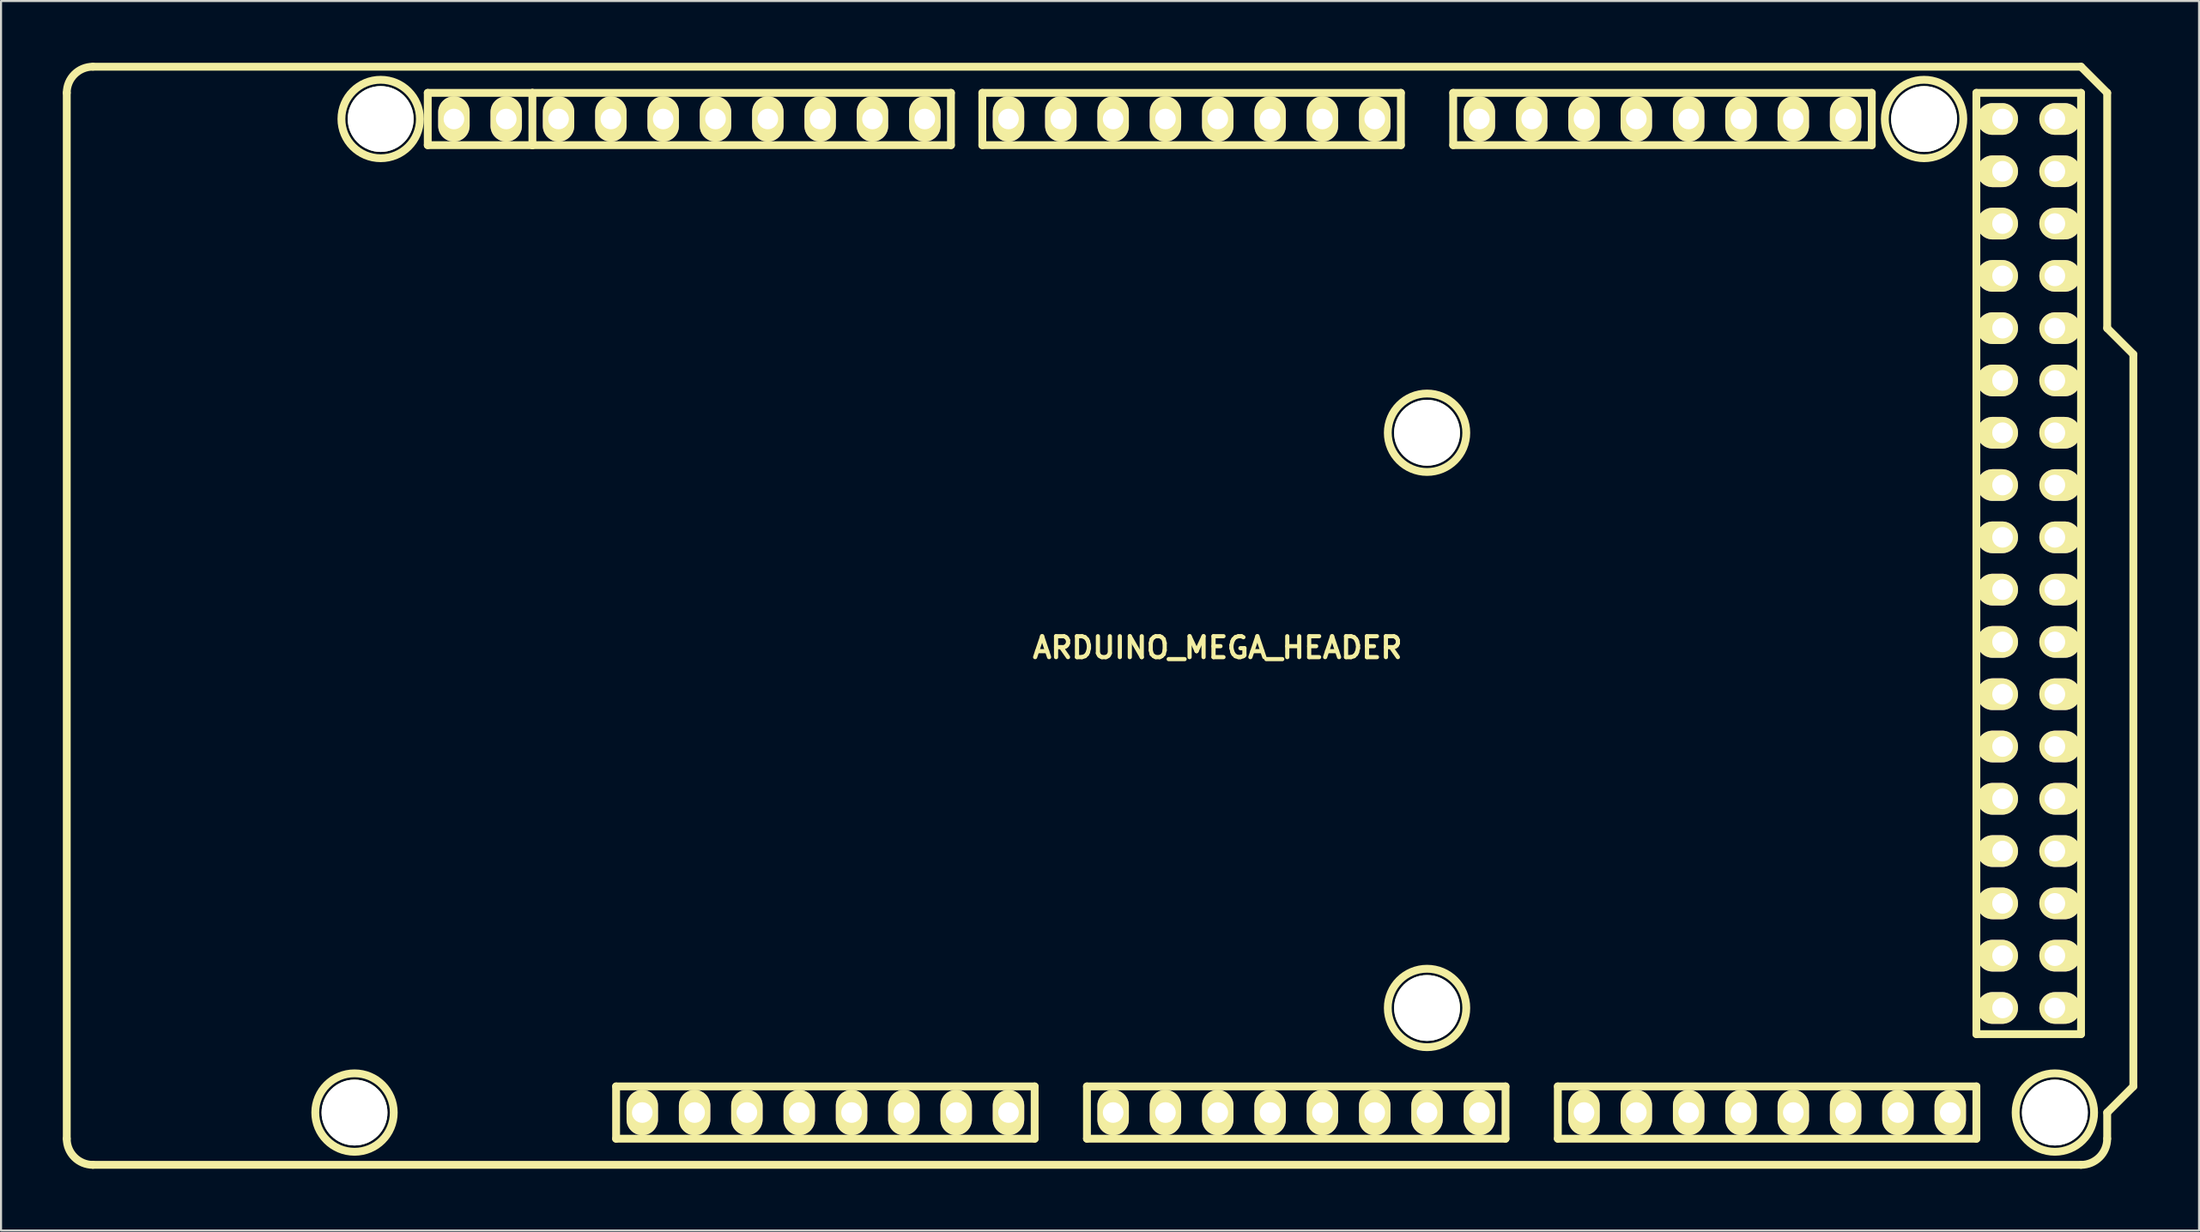
<source format=kicad_pcb>
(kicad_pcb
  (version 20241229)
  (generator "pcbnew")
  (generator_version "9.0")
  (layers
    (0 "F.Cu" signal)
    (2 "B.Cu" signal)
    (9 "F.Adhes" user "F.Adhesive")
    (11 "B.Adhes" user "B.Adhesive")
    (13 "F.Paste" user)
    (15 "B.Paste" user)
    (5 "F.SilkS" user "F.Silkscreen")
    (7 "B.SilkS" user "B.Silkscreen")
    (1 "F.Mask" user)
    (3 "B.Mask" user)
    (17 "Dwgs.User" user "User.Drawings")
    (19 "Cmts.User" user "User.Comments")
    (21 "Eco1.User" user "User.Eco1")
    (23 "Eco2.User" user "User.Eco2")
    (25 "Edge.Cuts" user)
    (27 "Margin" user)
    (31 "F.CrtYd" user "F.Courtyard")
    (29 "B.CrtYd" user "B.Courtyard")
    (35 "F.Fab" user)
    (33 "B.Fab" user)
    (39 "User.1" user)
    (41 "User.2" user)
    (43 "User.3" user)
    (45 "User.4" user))
  (footprint "ARDUINO_MEGA_HEADER"
    (layer "F.Cu")
    (at 49.721 26.86)
    (property "Reference" "ARDUINO_MEGA_HEADER" (at 6.337 1.549 180) (layer "F.SilkS") (effects (font (size 1.016 1.016) (thickness 0.203))))
    (attr through_hole)
    (fp_line (start -49.53 25.4) (end -49.53 -25.4) (stroke (width 0.381) (type solid)) (layer "F.SilkS"))
    (fp_line (start -48.26 -26.67) (end 48.26 -26.67) (stroke (width 0.381) (type solid)) (layer "F.SilkS"))
    (fp_line (start -48.26 26.67) (end 48.26 26.67) (stroke (width 0.381) (type solid)) (layer "F.SilkS"))
    (fp_line (start -32.004 -25.4) (end -32.004 -22.86) (stroke (width 0.381) (type solid)) (layer "F.SilkS"))
    (fp_line (start -32.004 -22.86) (end -26.924 -22.86) (stroke (width 0.381) (type solid)) (layer "F.SilkS"))
    (fp_line (start -26.924 -25.4) (end -32.004 -25.4) (stroke (width 0.381) (type solid)) (layer "F.SilkS"))
    (fp_line (start -26.924 -22.86) (end -26.924 -25.4) (stroke (width 0.381) (type solid)) (layer "F.SilkS"))
    (fp_line (start -22.86 25.4) (end -22.86 22.86) (stroke (width 0.381) (type solid)) (layer "F.SilkS"))
    (fp_line (start -22.86 25.4) (end -2.54 25.4) (stroke (width 0.381) (type solid)) (layer "F.SilkS"))
    (fp_line (start -6.604 -25.4) (end -26.924 -25.4) (stroke (width 0.381) (type solid)) (layer "F.SilkS"))
    (fp_line (start -6.604 -22.86) (end -26.924 -22.86) (stroke (width 0.381) (type solid)) (layer "F.SilkS"))
    (fp_line (start -6.604 -22.86) (end -6.604 -25.4) (stroke (width 0.381) (type solid)) (layer "F.SilkS"))
    (fp_line (start -5.08 -25.4) (end 15.24 -25.4) (stroke (width 0.381) (type solid)) (layer "F.SilkS"))
    (fp_line (start -5.08 -22.86) (end -5.08 -25.4) (stroke (width 0.381) (type solid)) (layer "F.SilkS"))
    (fp_line (start -2.54 22.86) (end -22.86 22.86) (stroke (width 0.381) (type solid)) (layer "F.SilkS"))
    (fp_line (start -2.54 22.86) (end -2.54 25.4) (stroke (width 0.381) (type solid)) (layer "F.SilkS"))
    (fp_line (start 0 22.86) (end 0 25.4) (stroke (width 0.381) (type solid)) (layer "F.SilkS"))
    (fp_line (start 0 25.4) (end 20.32 25.4) (stroke (width 0.381) (type solid)) (layer "F.SilkS"))
    (fp_line (start 15.24 -25.4) (end 15.24 -22.86) (stroke (width 0.381) (type solid)) (layer "F.SilkS"))
    (fp_line (start 15.24 -22.86) (end -5.08 -22.86) (stroke (width 0.381) (type solid)) (layer "F.SilkS"))
    (fp_line (start 17.78 -25.4) (end 17.78 -22.86) (stroke (width 0.381) (type solid)) (layer "F.SilkS"))
    (fp_line (start 17.78 -22.86) (end 38.1 -22.86) (stroke (width 0.381) (type solid)) (layer "F.SilkS"))
    (fp_line (start 20.32 22.86) (end 0 22.86) (stroke (width 0.381) (type solid)) (layer "F.SilkS"))
    (fp_line (start 20.32 25.4) (end 20.32 22.86) (stroke (width 0.381) (type solid)) (layer "F.SilkS"))
    (fp_line (start 22.86 22.86) (end 43.18 22.86) (stroke (width 0.381) (type solid)) (layer "F.SilkS"))
    (fp_line (start 22.86 25.4) (end 22.86 22.86) (stroke (width 0.381) (type solid)) (layer "F.SilkS"))
    (fp_line (start 38.1 -25.4) (end 17.78 -25.4) (stroke (width 0.381) (type solid)) (layer "F.SilkS"))
    (fp_line (start 38.1 -22.86) (end 38.1 -25.4) (stroke (width 0.381) (type solid)) (layer "F.SilkS"))
    (fp_line (start 43.18 -25.4) (end 43.18 20.32) (stroke (width 0.381) (type solid)) (layer "F.SilkS"))
    (fp_line (start 43.18 20.32) (end 48.26 20.32) (stroke (width 0.381) (type solid)) (layer "F.SilkS"))
    (fp_line (start 43.18 22.86) (end 43.18 25.4) (stroke (width 0.381) (type solid)) (layer "F.SilkS"))
    (fp_line (start 43.18 25.4) (end 22.86 25.4) (stroke (width 0.381) (type solid)) (layer "F.SilkS"))
    (fp_line (start 48.26 -26.67) (end 49.53 -25.4) (stroke (width 0.381) (type solid)) (layer "F.SilkS"))
    (fp_line (start 48.26 -25.4) (end 43.18 -25.4) (stroke (width 0.381) (type solid)) (layer "F.SilkS"))
    (fp_line (start 48.26 20.32) (end 48.26 -25.4) (stroke (width 0.381) (type solid)) (layer "F.SilkS"))
    (fp_line (start 49.53 -25.4) (end 49.53 -13.97) (stroke (width 0.381) (type solid)) (layer "F.SilkS"))
    (fp_line (start 49.53 -13.97) (end 50.8 -12.7) (stroke (width 0.381) (type solid)) (layer "F.SilkS"))
    (fp_line (start 49.53 24.13) (end 49.53 25.4) (stroke (width 0.381) (type solid)) (layer "F.SilkS"))
    (fp_line (start 50.8 -12.7) (end 50.8 22.86) (stroke (width 0.381) (type solid)) (layer "F.SilkS"))
    (fp_line (start 50.8 22.86) (end 49.53 24.13) (stroke (width 0.381) (type solid)) (layer "F.SilkS"))
    (fp_arc (start -49.53 -25.4) (mid -49.158026 -26.298026) (end -48.26 -26.67) (stroke (width 0.381) (type solid)) (layer "F.SilkS"))
    (fp_arc (start -48.26 26.67) (mid -49.158026 26.298026) (end -49.53 25.4) (stroke (width 0.381) (type solid)) (layer "F.SilkS"))
    (fp_arc (start 49.53 25.4) (mid 49.158026 26.298026) (end 48.26 26.67) (stroke (width 0.381) (type solid)) (layer "F.SilkS"))
    (fp_circle (center -35.56 24.13) (end -33.655 24.13) (stroke (width 0.381) (type solid)) (fill no) (layer "F.SilkS"))
    (fp_circle (center -34.29 -24.13) (end -32.385 -24.13) (stroke (width 0.381) (type solid)) (fill no) (layer "F.SilkS"))
    (fp_circle (center 16.51 -8.89) (end 18.415 -8.89) (stroke (width 0.381) (type solid)) (fill no) (layer "F.SilkS"))
    (fp_circle (center 16.51 19.05) (end 18.415 19.05) (stroke (width 0.381) (type solid)) (fill no) (layer "F.SilkS"))
    (fp_circle (center 40.64 -24.13) (end 42.545 -24.13) (stroke (width 0.381) (type solid)) (fill no) (layer "F.SilkS"))
    (fp_circle (center 46.99 24.13) (end 48.895 24.13) (stroke (width 0.381) (type solid)) (fill no) (layer "F.SilkS"))
    (pad "" np_thru_hole circle (at -35.56 24.13) (size 3.198 3.198) (drill 3.198) (layers "*.Cu" "*.Mask" "F.SilkS"))
    (pad "" np_thru_hole circle (at -34.29 -24.13) (size 3.198 3.198) (drill 3.198) (layers "*.Cu" "*.Mask" "F.SilkS"))
    (pad "" np_thru_hole circle (at 16.51 -8.89) (size 3.198 3.198) (drill 3.198) (layers "*.Cu" "*.Mask" "F.SilkS"))
    (pad "" np_thru_hole circle (at 16.51 19.05) (size 3.198 3.198) (drill 3.198) (layers "*.Cu" "*.Mask" "F.SilkS"))
    (pad "" np_thru_hole circle (at 40.64 -24.13) (size 3.198 3.198) (drill 3.198) (layers "*.Cu" "*.Mask" "F.SilkS"))
    (pad "" np_thru_hole circle (at 46.99 24.13) (size 3.198 3.198) (drill 3.198) (layers "*.Cu" "*.Mask" "F.SilkS"))
    (pad "1" thru_hole oval (at -21.59 24.13) (size 1.524 2.2) (drill 1.001) (layers "*.Cu" "*.Mask" "F.SilkS"))
    (pad "2" thru_hole oval (at -19.05 24.13) (size 1.524 2.2) (drill 1.001) (layers "*.Cu" "*.Mask" "F.SilkS"))
    (pad "3" thru_hole oval (at -16.51 24.13) (size 1.524 2.2) (drill 1.001) (layers "*.Cu" "*.Mask" "F.SilkS"))
    (pad "4" thru_hole oval (at -13.97 24.13) (size 1.524 2.2) (drill 1.001) (layers "*.Cu" "*.Mask" "F.SilkS"))
    (pad "5" thru_hole oval (at -11.43 24.13) (size 1.524 2.2) (drill 1.001) (layers "*.Cu" "*.Mask" "F.SilkS"))
    (pad "6" thru_hole oval (at -8.89 24.13) (size 1.524 2.2) (drill 1.001) (layers "*.Cu" "*.Mask" "F.SilkS"))
    (pad "7" thru_hole oval (at -6.35 24.13) (size 1.524 2.2) (drill 1.001) (layers "*.Cu" "*.Mask" "F.SilkS"))
    (pad "8" thru_hole oval (at -3.81 24.13) (size 1.524 2.2) (drill 1.001) (layers "*.Cu" "*.Mask" "F.SilkS"))
    (pad "9" thru_hole oval (at 1.27 24.13) (size 1.524 2.2) (drill 1.001) (layers "*.Cu" "*.Mask" "F.SilkS"))
    (pad "10" thru_hole oval (at 3.81 24.13) (size 1.524 2.2) (drill 1.001) (layers "*.Cu" "*.Mask" "F.SilkS"))
    (pad "11" thru_hole oval (at 6.35 24.13) (size 1.524 2.2) (drill 1.001) (layers "*.Cu" "*.Mask" "F.SilkS"))
    (pad "12" thru_hole oval (at 8.89 24.13) (size 1.524 2.2) (drill 1.001) (layers "*.Cu" "*.Mask" "F.SilkS"))
    (pad "13" thru_hole oval (at 11.43 24.13) (size 1.524 2.2) (drill 1.001) (layers "*.Cu" "*.Mask" "F.SilkS"))
    (pad "14" thru_hole oval (at 13.97 24.13) (size 1.524 2.2) (drill 1.001) (layers "*.Cu" "*.Mask" "F.SilkS"))
    (pad "15" thru_hole oval (at 16.51 24.13) (size 1.524 2.2) (drill 1.001) (layers "*.Cu" "*.Mask" "F.SilkS"))
    (pad "16" thru_hole oval (at 19.05 24.13) (size 1.524 2.2) (drill 1.001) (layers "*.Cu" "*.Mask" "F.SilkS"))
    (pad "17" thru_hole oval (at 24.13 24.13) (size 1.524 2.2) (drill 1.001) (layers "*.Cu" "*.Mask" "F.SilkS"))
    (pad "18" thru_hole oval (at 26.67 24.13) (size 1.524 2.2) (drill 1.001) (layers "*.Cu" "*.Mask" "F.SilkS"))
    (pad "19" thru_hole oval (at 29.21 24.13) (size 1.524 2.2) (drill 1.001) (layers "*.Cu" "*.Mask" "F.SilkS"))
    (pad "20" thru_hole oval (at 31.75 24.13) (size 1.524 2.197) (drill 1.001) (layers "*.Cu" "*.Mask" "F.SilkS"))
    (pad "21" thru_hole oval (at 34.29 24.13) (size 1.524 2.197) (drill 1.001) (layers "*.Cu" "*.Mask" "F.SilkS"))
    (pad "22" thru_hole oval (at 36.83 24.13) (size 1.524 2.197) (drill 1.001) (layers "*.Cu" "*.Mask" "F.SilkS"))
    (pad "23" thru_hole oval (at 39.37 24.13) (size 1.524 2.197) (drill 1.001) (layers "*.Cu" "*.Mask" "F.SilkS"))
    (pad "24" thru_hole oval (at 41.91 24.13) (size 1.524 2.197) (drill 1.001) (layers "*.Cu" "*.Mask" "F.SilkS"))
    (pad "25" thru_hole oval (at 44.45 19.05) (size 1.999 1.539) (drill 1.001 (offset -0.249 0)) (layers "*.Cu" "*.Mask" "F.SilkS"))
    (pad "26" thru_hole oval (at 44.45 16.51) (size 1.999 1.539) (drill 1.001 (offset -0.249 0)) (layers "*.Cu" "*.Mask" "F.SilkS"))
    (pad "27" thru_hole oval (at 44.45 13.97) (size 1.999 1.539) (drill 1.001 (offset -0.249 0)) (layers "*.Cu" "*.Mask" "F.SilkS"))
    (pad "28" thru_hole oval (at 44.45 11.43) (size 1.999 1.539) (drill 1.001 (offset -0.249 0)) (layers "*.Cu" "*.Mask" "F.SilkS"))
    (pad "29" thru_hole oval (at 44.45 8.89) (size 1.999 1.539) (drill 1.001 (offset -0.249 0)) (layers "*.Cu" "*.Mask" "F.SilkS"))
    (pad "30" thru_hole oval (at 44.45 6.35) (size 1.999 1.539) (drill 1.001 (offset -0.249 0)) (layers "*.Cu" "*.Mask" "F.SilkS"))
    (pad "31" thru_hole oval (at 44.45 3.81) (size 1.999 1.539) (drill 1.001 (offset -0.249 0)) (layers "*.Cu" "*.Mask" "F.SilkS"))
    (pad "32" thru_hole oval (at 44.45 1.27) (size 1.999 1.539) (drill 1.001 (offset -0.249 0)) (layers "*.Cu" "*.Mask" "F.SilkS"))
    (pad "33" thru_hole oval (at 44.45 -1.27) (size 1.999 1.539) (drill 1.001 (offset -0.249 0)) (layers "*.Cu" "*.Mask" "F.SilkS"))
    (pad "34" thru_hole oval (at 44.45 -3.81) (size 1.999 1.539) (drill 1.001 (offset -0.249 0)) (layers "*.Cu" "*.Mask" "F.SilkS"))
    (pad "35" thru_hole oval (at 44.45 -6.35) (size 1.999 1.539) (drill 1.001 (offset -0.249 0)) (layers "*.Cu" "*.Mask" "F.SilkS"))
    (pad "36" thru_hole oval (at 44.45 -8.89) (size 1.999 1.539) (drill 1.001 (offset -0.249 0)) (layers "*.Cu" "*.Mask" "F.SilkS"))
    (pad "37" thru_hole oval (at 44.45 -11.43) (size 1.999 1.539) (drill 1.001 (offset -0.249 0)) (layers "*.Cu" "*.Mask" "F.SilkS"))
    (pad "38" thru_hole oval (at 44.45 -13.97) (size 1.999 1.539) (drill 1.001 (offset -0.249 0)) (layers "*.Cu" "*.Mask" "F.SilkS"))
    (pad "39" thru_hole oval (at 44.45 -16.51) (size 1.999 1.539) (drill 1.001 (offset -0.249 0)) (layers "*.Cu" "*.Mask" "F.SilkS"))
    (pad "40" thru_hole oval (at 44.45 -19.05) (size 1.999 1.539) (drill 1.001 (offset -0.249 0)) (layers "*.Cu" "*.Mask" "F.SilkS"))
    (pad "41" thru_hole oval (at 44.45 -21.59) (size 1.999 1.539) (drill 1.001 (offset -0.249 0)) (layers "*.Cu" "*.Mask" "F.SilkS"))
    (pad "42" thru_hole oval (at 44.45 -24.13) (size 1.999 1.539) (drill 1.001 (offset -0.249 0)) (layers "*.Cu" "*.Mask" "F.SilkS"))
    (pad "43" thru_hole oval (at 46.99 19.05) (size 1.999 1.537) (drill 1.001 (offset 0.246 0)) (layers "*.Cu" "*.Mask" "F.SilkS"))
    (pad "44" thru_hole oval (at 46.99 16.51) (size 1.999 1.537) (drill 1.001 (offset 0.246 0)) (layers "*.Cu" "*.Mask" "F.SilkS"))
    (pad "45" thru_hole oval (at 46.99 13.97) (size 1.999 1.537) (drill 1.001 (offset 0.246 0)) (layers "*.Cu" "*.Mask" "F.SilkS"))
    (pad "46" thru_hole oval (at 46.99 11.43) (size 1.999 1.537) (drill 1.001 (offset 0.246 0)) (layers "*.Cu" "*.Mask" "F.SilkS"))
    (pad "47" thru_hole oval (at 46.99 8.89) (size 1.999 1.537) (drill 1.001 (offset 0.246 0)) (layers "*.Cu" "*.Mask" "F.SilkS"))
    (pad "48" thru_hole oval (at 46.99 6.35) (size 1.999 1.537) (drill 1.001 (offset 0.246 0)) (layers "*.Cu" "*.Mask" "F.SilkS"))
    (pad "49" thru_hole oval (at 46.99 3.81) (size 1.999 1.537) (drill 1.001 (offset 0.246 0)) (layers "*.Cu" "*.Mask" "F.SilkS"))
    (pad "50" thru_hole oval (at 46.99 1.27) (size 1.999 1.537) (drill 1.001 (offset 0.246 0)) (layers "*.Cu" "*.Mask" "F.SilkS"))
    (pad "51" thru_hole oval (at 46.99 -1.27) (size 1.999 1.537) (drill 1.001 (offset 0.246 0)) (layers "*.Cu" "*.Mask" "F.SilkS"))
    (pad "52" thru_hole oval (at 46.99 -3.81) (size 1.999 1.537) (drill 1.001 (offset 0.246 0)) (layers "*.Cu" "*.Mask" "F.SilkS"))
    (pad "53" thru_hole oval (at 46.99 -6.35) (size 1.999 1.537) (drill 1.001 (offset 0.246 0)) (layers "*.Cu" "*.Mask" "F.SilkS"))
    (pad "54" thru_hole oval (at 46.99 -8.89) (size 1.999 1.537) (drill 1.001 (offset 0.246 0)) (layers "*.Cu" "*.Mask" "F.SilkS"))
    (pad "55" thru_hole oval (at 46.99 -11.43) (size 1.999 1.537) (drill 1.001 (offset 0.246 0)) (layers "*.Cu" "*.Mask" "F.SilkS"))
    (pad "56" thru_hole oval (at 46.99 -13.97) (size 1.999 1.537) (drill 1.001 (offset 0.246 0)) (layers "*.Cu" "*.Mask" "F.SilkS"))
    (pad "57" thru_hole oval (at 46.99 -16.51) (size 1.999 1.537) (drill 1.001 (offset 0.246 0)) (layers "*.Cu" "*.Mask" "F.SilkS"))
    (pad "58" thru_hole oval (at 46.99 -19.05) (size 1.999 1.537) (drill 1.001 (offset 0.246 0)) (layers "*.Cu" "*.Mask" "F.SilkS"))
    (pad "59" thru_hole oval (at 46.99 -21.59) (size 1.999 1.537) (drill 1.001 (offset 0.246 0)) (layers "*.Cu" "*.Mask" "F.SilkS"))
    (pad "60" thru_hole oval (at 46.99 -24.13) (size 1.999 1.537) (drill 1.001 (offset 0.246 0)) (layers "*.Cu" "*.Mask" "F.SilkS"))
    (pad "61" thru_hole oval (at 36.83 -24.13) (size 1.524 2.197) (drill 1.001) (layers "*.Cu" "*.Mask" "F.SilkS"))
    (pad "62" thru_hole oval (at 34.29 -24.13) (size 1.524 2.197) (drill 1.001) (layers "*.Cu" "*.Mask" "F.SilkS"))
    (pad "63" thru_hole oval (at 31.75 -24.13) (size 1.524 2.197) (drill 1.001) (layers "*.Cu" "*.Mask" "F.SilkS"))
    (pad "64" thru_hole oval (at 29.21 -24.13) (size 1.524 2.197) (drill 1.001) (layers "*.Cu" "*.Mask" "F.SilkS"))
    (pad "65" thru_hole oval (at 26.67 -24.13) (size 1.524 2.197) (drill 1.001) (layers "*.Cu" "*.Mask" "F.SilkS"))
    (pad "66" thru_hole oval (at 24.13 -24.13) (size 1.524 2.197) (drill 1.001) (layers "*.Cu" "*.Mask" "F.SilkS"))
    (pad "67" thru_hole oval (at 21.59 -24.13) (size 1.524 2.197) (drill 1.001) (layers "*.Cu" "*.Mask" "F.SilkS"))
    (pad "68" thru_hole oval (at 19.05 -24.13) (size 1.524 2.197) (drill 1.001) (layers "*.Cu" "*.Mask" "F.SilkS"))
    (pad "69" thru_hole oval (at 13.97 -24.13) (size 1.524 2.197) (drill 1.001) (layers "*.Cu" "*.Mask" "F.SilkS"))
    (pad "70" thru_hole oval (at 11.43 -24.13) (size 1.524 2.197) (drill 1.001) (layers "*.Cu" "*.Mask" "F.SilkS"))
    (pad "71" thru_hole oval (at 8.89 -24.13) (size 1.524 2.197) (drill 1.001) (layers "*.Cu" "*.Mask" "F.SilkS"))
    (pad "72" thru_hole oval (at 6.35 -24.13) (size 1.524 2.197) (drill 1.001) (layers "*.Cu" "*.Mask" "F.SilkS"))
    (pad "73" thru_hole oval (at 3.81 -24.13) (size 1.524 2.197) (drill 1.001) (layers "*.Cu" "*.Mask" "F.SilkS"))
    (pad "74" thru_hole oval (at 1.27 -24.13) (size 1.524 2.197) (drill 1.001) (layers "*.Cu" "*.Mask" "F.SilkS"))
    (pad "75" thru_hole oval (at -1.27 -24.13) (size 1.524 2.197) (drill 1.001) (layers "*.Cu" "*.Mask" "F.SilkS"))
    (pad "76" thru_hole oval (at -3.81 -24.13) (size 1.524 2.197) (drill 1.001) (layers "*.Cu" "*.Mask" "F.SilkS"))
    (pad "77" thru_hole oval (at -7.874 -24.13) (size 1.524 2.197) (drill 1.001) (layers "*.Cu" "*.Mask" "F.SilkS"))
    (pad "78" thru_hole oval (at -10.414 -24.13) (size 1.524 2.197) (drill 1.001) (layers "*.Cu" "*.Mask" "F.SilkS"))
    (pad "79" thru_hole oval (at -12.954 -24.13) (size 1.524 2.197) (drill 1.001) (layers "*.Cu" "*.Mask" "F.SilkS"))
    (pad "80" thru_hole oval (at -15.494 -24.13) (size 1.524 2.197) (drill 1.001) (layers "*.Cu" "*.Mask" "F.SilkS"))
    (pad "81" thru_hole oval (at -18.034 -24.13) (size 1.524 2.197) (drill 1.001) (layers "*.Cu" "*.Mask" "F.SilkS"))
    (pad "82" thru_hole oval (at -20.574 -24.13) (size 1.524 2.197) (drill 1.001) (layers "*.Cu" "*.Mask" "F.SilkS"))
    (pad "83" thru_hole oval (at -23.114 -24.13) (size 1.524 2.197) (drill 1.001) (layers "*.Cu" "*.Mask" "F.SilkS"))
    (pad "84" thru_hole oval (at -25.654 -24.13) (size 1.524 2.197) (drill 1.001) (layers "*.Cu" "*.Mask" "F.SilkS"))
    (pad "85" thru_hole oval (at -28.194 -24.13) (size 1.524 2.197) (drill 1.001) (layers "*.Cu" "*.Mask" "F.SilkS"))
    (pad "86" thru_hole oval (at -30.734 -24.13) (size 1.524 2.197) (drill 1.001) (layers "*.Cu" "*.Mask" "F.SilkS")))
  (gr_rect
    (start -3 -3)
    (end 103.711 56.721)
    (stroke (width 0.1) (type default))
    (fill no)
    (layer "Edge.Cuts")))
</source>
